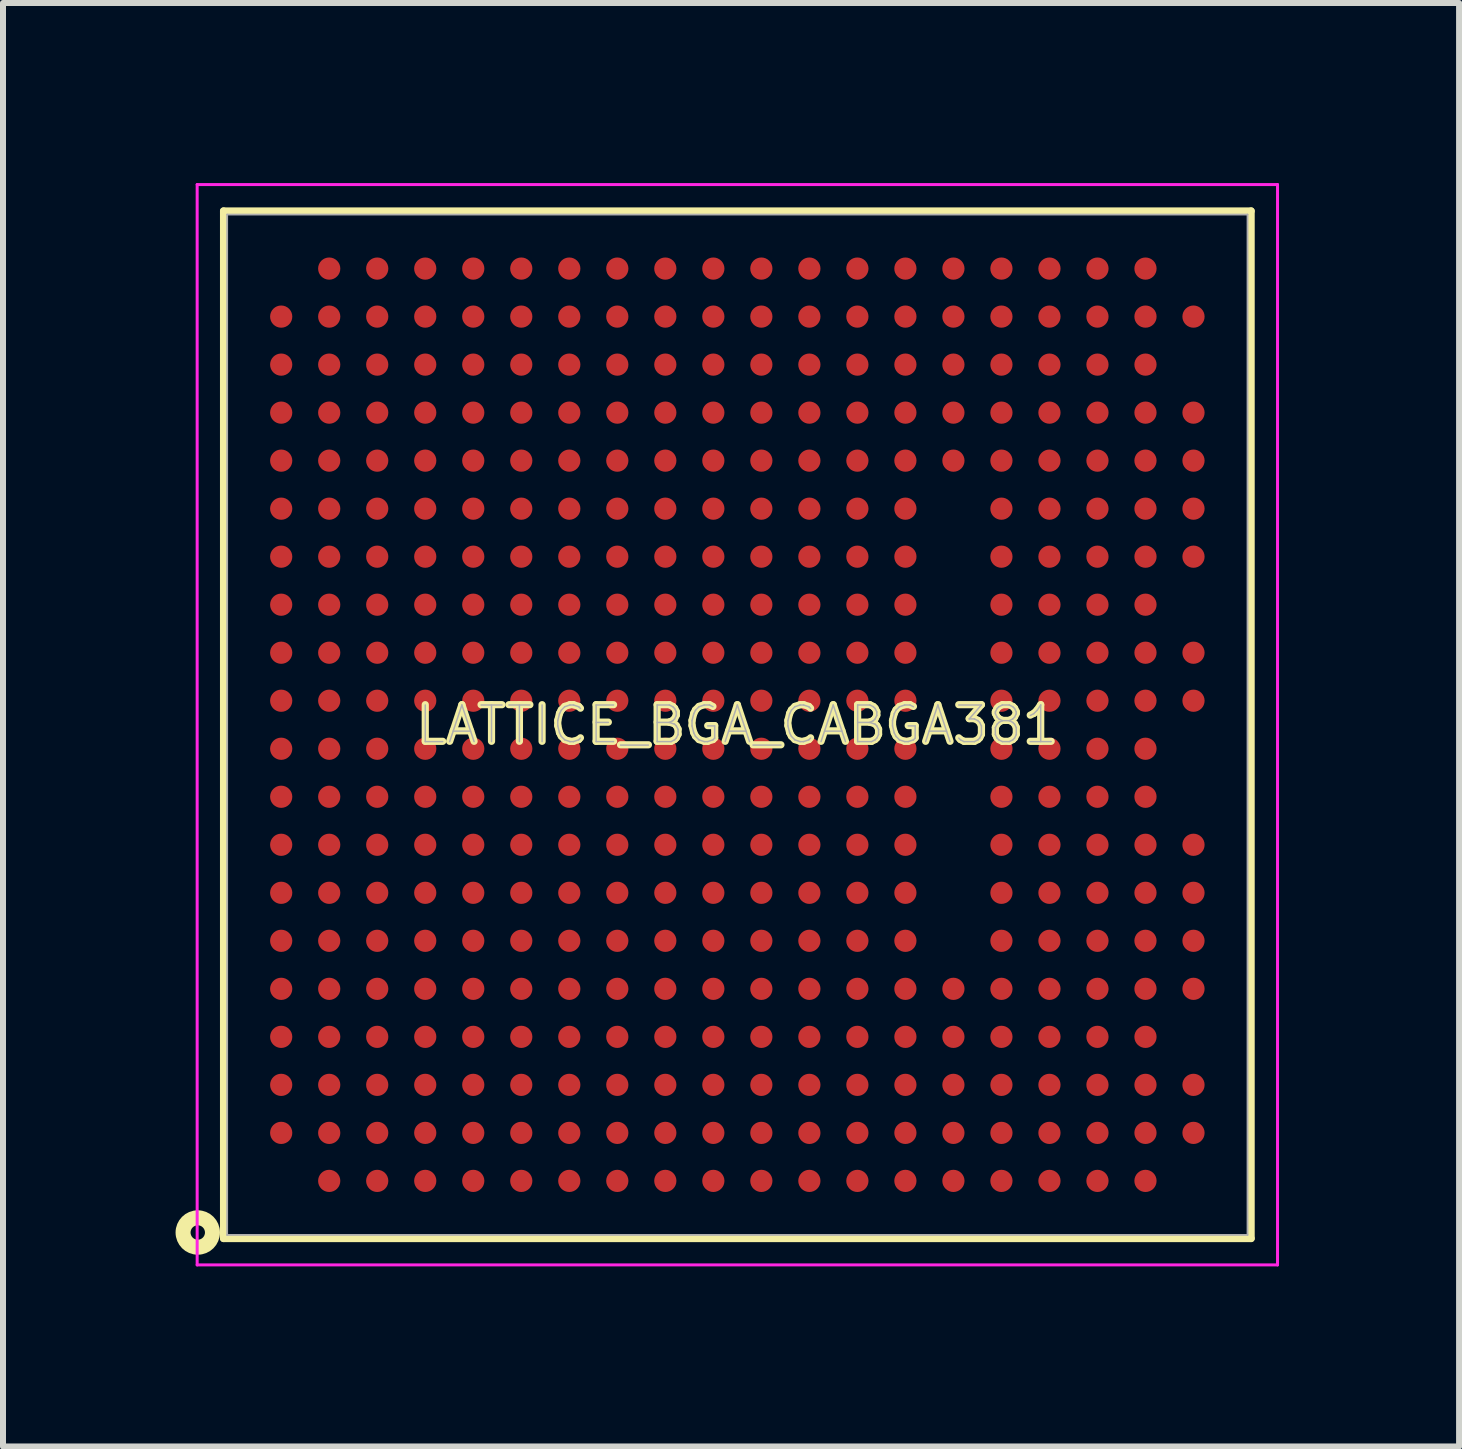
<source format=kicad_pcb>
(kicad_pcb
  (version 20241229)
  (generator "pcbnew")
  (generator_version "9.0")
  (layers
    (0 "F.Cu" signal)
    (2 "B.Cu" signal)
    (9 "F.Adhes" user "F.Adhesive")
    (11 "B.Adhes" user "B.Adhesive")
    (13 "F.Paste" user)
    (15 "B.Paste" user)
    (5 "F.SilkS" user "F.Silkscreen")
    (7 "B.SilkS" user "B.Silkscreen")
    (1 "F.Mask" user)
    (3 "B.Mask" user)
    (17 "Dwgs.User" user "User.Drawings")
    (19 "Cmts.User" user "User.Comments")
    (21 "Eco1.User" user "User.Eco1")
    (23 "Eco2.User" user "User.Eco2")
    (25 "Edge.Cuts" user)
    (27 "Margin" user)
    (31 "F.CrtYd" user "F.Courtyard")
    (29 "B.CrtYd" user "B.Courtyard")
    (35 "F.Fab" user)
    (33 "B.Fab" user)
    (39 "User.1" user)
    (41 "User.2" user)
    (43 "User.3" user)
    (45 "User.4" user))
  (footprint "LATTICE_BGA_CABGA381"
    (layer "F.Cu")
    (at 9.235 9.025)
    (property "Reference" "LATTICE_BGA_CABGA381" (at 0 0 0) (layer "F.SilkS") (effects (font (size 0.61 0.61) (thickness 0.12))))
    (attr smd)
    (fp_line (start -8.56 -8.56) (end -8.56 8.56) (stroke (width 0.12) (type solid)) (layer "F.SilkS"))
    (fp_line (start -8.56 8.56) (end 8.56 8.56) (stroke (width 0.12) (type solid)) (layer "F.SilkS"))
    (fp_line (start 8.56 -8.56) (end -8.56 -8.56) (stroke (width 0.12) (type solid)) (layer "F.SilkS"))
    (fp_line (start 8.56 8.56) (end 8.56 -8.56) (stroke (width 0.12) (type solid)) (layer "F.SilkS"))
    (fp_circle (center -8.99 8.46) (end -8.87 8.46) (stroke (width 0.25) (type solid)) (fill no) (layer "F.SilkS"))
    (fp_line (start -9 -9) (end 9 -9) (stroke (width 0.05) (type solid)) (layer "F.CrtYd"))
    (fp_line (start -9 9) (end -9 -9) (stroke (width 0.05) (type solid)) (layer "F.CrtYd"))
    (fp_line (start 9 -9) (end 9 9) (stroke (width 0.05) (type solid)) (layer "F.CrtYd"))
    (fp_line (start 9 9) (end -9 9) (stroke (width 0.05) (type solid)) (layer "F.CrtYd"))
    (fp_line (start -8.5 -8.5) (end 8.5 -8.5) (stroke (width 0.03) (type solid)) (layer "F.Fab"))
    (fp_line (start -8.5 8.5) (end -8.5 -8.5) (stroke (width 0.03) (type solid)) (layer "F.Fab"))
    (fp_line (start 8.5 -8.5) (end 8.5 8.5) (stroke (width 0.03) (type solid)) (layer "F.Fab"))
    (fp_line (start 8.5 8.5) (end -8.5 8.5) (stroke (width 0.03) (type solid)) (layer "F.Fab"))
    (fp_text user "${REFERENCE}" (at 0 0 0) (layer "F.Fab") (effects (font (size 0.61 0.61) (thickness 0.025))))
    (pad "A2" smd circle (at -7.6 6.8) (size 0.37 0.37) (layers "F.Cu" "F.Mask" "F.Paste"))
    (pad "A3" smd circle (at -7.6 6) (size 0.37 0.37) (layers "F.Cu" "F.Mask" "F.Paste"))
    (pad "A4" smd circle (at -7.6 5.2) (size 0.37 0.37) (layers "F.Cu" "F.Mask" "F.Paste"))
    (pad "A5" smd circle (at -7.6 4.4) (size 0.37 0.37) (layers "F.Cu" "F.Mask" "F.Paste"))
    (pad "A6" smd circle (at -7.6 3.6) (size 0.37 0.37) (layers "F.Cu" "F.Mask" "F.Paste"))
    (pad "A7" smd circle (at -7.6 2.8) (size 0.37 0.37) (layers "F.Cu" "F.Mask" "F.Paste"))
    (pad "A8" smd circle (at -7.6 2) (size 0.37 0.37) (layers "F.Cu" "F.Mask" "F.Paste"))
    (pad "A9" smd circle (at -7.6 1.2) (size 0.37 0.37) (layers "F.Cu" "F.Mask" "F.Paste"))
    (pad "A10" smd circle (at -7.6 0.4) (size 0.37 0.37) (layers "F.Cu" "F.Mask" "F.Paste"))
    (pad "A11" smd circle (at -7.6 -0.4) (size 0.37 0.37) (layers "F.Cu" "F.Mask" "F.Paste"))
    (pad "A12" smd circle (at -7.6 -1.2) (size 0.37 0.37) (layers "F.Cu" "F.Mask" "F.Paste"))
    (pad "A13" smd circle (at -7.6 -2) (size 0.37 0.37) (layers "F.Cu" "F.Mask" "F.Paste"))
    (pad "A14" smd circle (at -7.6 -2.8) (size 0.37 0.37) (layers "F.Cu" "F.Mask" "F.Paste"))
    (pad "A15" smd circle (at -7.6 -3.6) (size 0.37 0.37) (layers "F.Cu" "F.Mask" "F.Paste"))
    (pad "A16" smd circle (at -7.6 -4.4) (size 0.37 0.37) (layers "F.Cu" "F.Mask" "F.Paste"))
    (pad "A17" smd circle (at -7.6 -5.2) (size 0.37 0.37) (layers "F.Cu" "F.Mask" "F.Paste"))
    (pad "A18" smd circle (at -7.6 -6) (size 0.37 0.37) (layers "F.Cu" "F.Mask" "F.Paste"))
    (pad "A19" smd circle (at -7.6 -6.8) (size 0.37 0.37) (layers "F.Cu" "F.Mask" "F.Paste"))
    (pad "B1" smd circle (at -6.8 7.6) (size 0.37 0.37) (layers "F.Cu" "F.Mask" "F.Paste"))
    (pad "B2" smd circle (at -6.8 6.8) (size 0.37 0.37) (layers "F.Cu" "F.Mask" "F.Paste"))
    (pad "B3" smd circle (at -6.8 6) (size 0.37 0.37) (layers "F.Cu" "F.Mask" "F.Paste"))
    (pad "B4" smd circle (at -6.8 5.2) (size 0.37 0.37) (layers "F.Cu" "F.Mask" "F.Paste"))
    (pad "B5" smd circle (at -6.8 4.4) (size 0.37 0.37) (layers "F.Cu" "F.Mask" "F.Paste"))
    (pad "B6" smd circle (at -6.8 3.6) (size 0.37 0.37) (layers "F.Cu" "F.Mask" "F.Paste"))
    (pad "B7" smd circle (at -6.8 2.8) (size 0.37 0.37) (layers "F.Cu" "F.Mask" "F.Paste"))
    (pad "B8" smd circle (at -6.8 2) (size 0.37 0.37) (layers "F.Cu" "F.Mask" "F.Paste"))
    (pad "B9" smd circle (at -6.8 1.2) (size 0.37 0.37) (layers "F.Cu" "F.Mask" "F.Paste"))
    (pad "B10" smd circle (at -6.8 0.4) (size 0.37 0.37) (layers "F.Cu" "F.Mask" "F.Paste"))
    (pad "B11" smd circle (at -6.8 -0.4) (size 0.37 0.37) (layers "F.Cu" "F.Mask" "F.Paste"))
    (pad "B12" smd circle (at -6.8 -1.2) (size 0.37 0.37) (layers "F.Cu" "F.Mask" "F.Paste"))
    (pad "B13" smd circle (at -6.8 -2) (size 0.37 0.37) (layers "F.Cu" "F.Mask" "F.Paste"))
    (pad "B14" smd circle (at -6.8 -2.8) (size 0.37 0.37) (layers "F.Cu" "F.Mask" "F.Paste"))
    (pad "B15" smd circle (at -6.8 -3.6) (size 0.37 0.37) (layers "F.Cu" "F.Mask" "F.Paste"))
    (pad "B16" smd circle (at -6.8 -4.4) (size 0.37 0.37) (layers "F.Cu" "F.Mask" "F.Paste"))
    (pad "B17" smd circle (at -6.8 -5.2) (size 0.37 0.37) (layers "F.Cu" "F.Mask" "F.Paste"))
    (pad "B18" smd circle (at -6.8 -6) (size 0.37 0.37) (layers "F.Cu" "F.Mask" "F.Paste"))
    (pad "B19" smd circle (at -6.8 -6.8) (size 0.37 0.37) (layers "F.Cu" "F.Mask" "F.Paste"))
    (pad "B20" smd circle (at -6.8 -7.6) (size 0.37 0.37) (layers "F.Cu" "F.Mask" "F.Paste"))
    (pad "C1" smd circle (at -6 7.6) (size 0.37 0.37) (layers "F.Cu" "F.Mask" "F.Paste"))
    (pad "C2" smd circle (at -6 6.8) (size 0.37 0.37) (layers "F.Cu" "F.Mask" "F.Paste"))
    (pad "C3" smd circle (at -6 6) (size 0.37 0.37) (layers "F.Cu" "F.Mask" "F.Paste"))
    (pad "C4" smd circle (at -6 5.2) (size 0.37 0.37) (layers "F.Cu" "F.Mask" "F.Paste"))
    (pad "C5" smd circle (at -6 4.4) (size 0.37 0.37) (layers "F.Cu" "F.Mask" "F.Paste"))
    (pad "C6" smd circle (at -6 3.6) (size 0.37 0.37) (layers "F.Cu" "F.Mask" "F.Paste"))
    (pad "C7" smd circle (at -6 2.8) (size 0.37 0.37) (layers "F.Cu" "F.Mask" "F.Paste"))
    (pad "C8" smd circle (at -6 2) (size 0.37 0.37) (layers "F.Cu" "F.Mask" "F.Paste"))
    (pad "C9" smd circle (at -6 1.2) (size 0.37 0.37) (layers "F.Cu" "F.Mask" "F.Paste"))
    (pad "C10" smd circle (at -6 0.4) (size 0.37 0.37) (layers "F.Cu" "F.Mask" "F.Paste"))
    (pad "C11" smd circle (at -6 -0.4) (size 0.37 0.37) (layers "F.Cu" "F.Mask" "F.Paste"))
    (pad "C12" smd circle (at -6 -1.2) (size 0.37 0.37) (layers "F.Cu" "F.Mask" "F.Paste"))
    (pad "C13" smd circle (at -6 -2) (size 0.37 0.37) (layers "F.Cu" "F.Mask" "F.Paste"))
    (pad "C14" smd circle (at -6 -2.8) (size 0.37 0.37) (layers "F.Cu" "F.Mask" "F.Paste"))
    (pad "C15" smd circle (at -6 -3.6) (size 0.37 0.37) (layers "F.Cu" "F.Mask" "F.Paste"))
    (pad "C16" smd circle (at -6 -4.4) (size 0.37 0.37) (layers "F.Cu" "F.Mask" "F.Paste"))
    (pad "C17" smd circle (at -6 -5.2) (size 0.37 0.37) (layers "F.Cu" "F.Mask" "F.Paste"))
    (pad "C18" smd circle (at -6 -6) (size 0.37 0.37) (layers "F.Cu" "F.Mask" "F.Paste"))
    (pad "C19" smd circle (at -6 -6.8) (size 0.37 0.37) (layers "F.Cu" "F.Mask" "F.Paste"))
    (pad "C20" smd circle (at -6 -7.6) (size 0.37 0.37) (layers "F.Cu" "F.Mask" "F.Paste"))
    (pad "D1" smd circle (at -5.2 7.6) (size 0.37 0.37) (layers "F.Cu" "F.Mask" "F.Paste"))
    (pad "D2" smd circle (at -5.2 6.8) (size 0.37 0.37) (layers "F.Cu" "F.Mask" "F.Paste"))
    (pad "D3" smd circle (at -5.2 6) (size 0.37 0.37) (layers "F.Cu" "F.Mask" "F.Paste"))
    (pad "D4" smd circle (at -5.2 5.2) (size 0.37 0.37) (layers "F.Cu" "F.Mask" "F.Paste"))
    (pad "D5" smd circle (at -5.2 4.4) (size 0.37 0.37) (layers "F.Cu" "F.Mask" "F.Paste"))
    (pad "D6" smd circle (at -5.2 3.6) (size 0.37 0.37) (layers "F.Cu" "F.Mask" "F.Paste"))
    (pad "D7" smd circle (at -5.2 2.8) (size 0.37 0.37) (layers "F.Cu" "F.Mask" "F.Paste"))
    (pad "D8" smd circle (at -5.2 2) (size 0.37 0.37) (layers "F.Cu" "F.Mask" "F.Paste"))
    (pad "D9" smd circle (at -5.2 1.2) (size 0.37 0.37) (layers "F.Cu" "F.Mask" "F.Paste"))
    (pad "D10" smd circle (at -5.2 0.4) (size 0.37 0.37) (layers "F.Cu" "F.Mask" "F.Paste"))
    (pad "D11" smd circle (at -5.2 -0.4) (size 0.37 0.37) (layers "F.Cu" "F.Mask" "F.Paste"))
    (pad "D12" smd circle (at -5.2 -1.2) (size 0.37 0.37) (layers "F.Cu" "F.Mask" "F.Paste"))
    (pad "D13" smd circle (at -5.2 -2) (size 0.37 0.37) (layers "F.Cu" "F.Mask" "F.Paste"))
    (pad "D14" smd circle (at -5.2 -2.8) (size 0.37 0.37) (layers "F.Cu" "F.Mask" "F.Paste"))
    (pad "D15" smd circle (at -5.2 -3.6) (size 0.37 0.37) (layers "F.Cu" "F.Mask" "F.Paste"))
    (pad "D16" smd circle (at -5.2 -4.4) (size 0.37 0.37) (layers "F.Cu" "F.Mask" "F.Paste"))
    (pad "D17" smd circle (at -5.2 -5.2) (size 0.37 0.37) (layers "F.Cu" "F.Mask" "F.Paste"))
    (pad "D18" smd circle (at -5.2 -6) (size 0.37 0.37) (layers "F.Cu" "F.Mask" "F.Paste"))
    (pad "D19" smd circle (at -5.2 -6.8) (size 0.37 0.37) (layers "F.Cu" "F.Mask" "F.Paste"))
    (pad "D20" smd circle (at -5.2 -7.6) (size 0.37 0.37) (layers "F.Cu" "F.Mask" "F.Paste"))
    (pad "E1" smd circle (at -4.4 7.6) (size 0.37 0.37) (layers "F.Cu" "F.Mask" "F.Paste"))
    (pad "E2" smd circle (at -4.4 6.8) (size 0.37 0.37) (layers "F.Cu" "F.Mask" "F.Paste"))
    (pad "E3" smd circle (at -4.4 6) (size 0.37 0.37) (layers "F.Cu" "F.Mask" "F.Paste"))
    (pad "E4" smd circle (at -4.4 5.2) (size 0.37 0.37) (layers "F.Cu" "F.Mask" "F.Paste"))
    (pad "E5" smd circle (at -4.4 4.4) (size 0.37 0.37) (layers "F.Cu" "F.Mask" "F.Paste"))
    (pad "E6" smd circle (at -4.4 3.6) (size 0.37 0.37) (layers "F.Cu" "F.Mask" "F.Paste"))
    (pad "E7" smd circle (at -4.4 2.8) (size 0.37 0.37) (layers "F.Cu" "F.Mask" "F.Paste"))
    (pad "E8" smd circle (at -4.4 2) (size 0.37 0.37) (layers "F.Cu" "F.Mask" "F.Paste"))
    (pad "E9" smd circle (at -4.4 1.2) (size 0.37 0.37) (layers "F.Cu" "F.Mask" "F.Paste"))
    (pad "E10" smd circle (at -4.4 0.4) (size 0.37 0.37) (layers "F.Cu" "F.Mask" "F.Paste"))
    (pad "E11" smd circle (at -4.4 -0.4) (size 0.37 0.37) (layers "F.Cu" "F.Mask" "F.Paste"))
    (pad "E12" smd circle (at -4.4 -1.2) (size 0.37 0.37) (layers "F.Cu" "F.Mask" "F.Paste"))
    (pad "E13" smd circle (at -4.4 -2) (size 0.37 0.37) (layers "F.Cu" "F.Mask" "F.Paste"))
    (pad "E14" smd circle (at -4.4 -2.8) (size 0.37 0.37) (layers "F.Cu" "F.Mask" "F.Paste"))
    (pad "E15" smd circle (at -4.4 -3.6) (size 0.37 0.37) (layers "F.Cu" "F.Mask" "F.Paste"))
    (pad "E16" smd circle (at -4.4 -4.4) (size 0.37 0.37) (layers "F.Cu" "F.Mask" "F.Paste"))
    (pad "E17" smd circle (at -4.4 -5.2) (size 0.37 0.37) (layers "F.Cu" "F.Mask" "F.Paste"))
    (pad "E18" smd circle (at -4.4 -6) (size 0.37 0.37) (layers "F.Cu" "F.Mask" "F.Paste"))
    (pad "E19" smd circle (at -4.4 -6.8) (size 0.37 0.37) (layers "F.Cu" "F.Mask" "F.Paste"))
    (pad "E20" smd circle (at -4.4 -7.6) (size 0.37 0.37) (layers "F.Cu" "F.Mask" "F.Paste"))
    (pad "F1" smd circle (at -3.6 7.6) (size 0.37 0.37) (layers "F.Cu" "F.Mask" "F.Paste"))
    (pad "F2" smd circle (at -3.6 6.8) (size 0.37 0.37) (layers "F.Cu" "F.Mask" "F.Paste"))
    (pad "F3" smd circle (at -3.6 6) (size 0.37 0.37) (layers "F.Cu" "F.Mask" "F.Paste"))
    (pad "F4" smd circle (at -3.6 5.2) (size 0.37 0.37) (layers "F.Cu" "F.Mask" "F.Paste"))
    (pad "F5" smd circle (at -3.6 4.4) (size 0.37 0.37) (layers "F.Cu" "F.Mask" "F.Paste"))
    (pad "F6" smd circle (at -3.6 3.6) (size 0.37 0.37) (layers "F.Cu" "F.Mask" "F.Paste"))
    (pad "F7" smd circle (at -3.6 2.8) (size 0.37 0.37) (layers "F.Cu" "F.Mask" "F.Paste"))
    (pad "F8" smd circle (at -3.6 2) (size 0.37 0.37) (layers "F.Cu" "F.Mask" "F.Paste"))
    (pad "F9" smd circle (at -3.6 1.2) (size 0.37 0.37) (layers "F.Cu" "F.Mask" "F.Paste"))
    (pad "F10" smd circle (at -3.6 0.4) (size 0.37 0.37) (layers "F.Cu" "F.Mask" "F.Paste"))
    (pad "F11" smd circle (at -3.6 -0.4) (size 0.37 0.37) (layers "F.Cu" "F.Mask" "F.Paste"))
    (pad "F12" smd circle (at -3.6 -1.2) (size 0.37 0.37) (layers "F.Cu" "F.Mask" "F.Paste"))
    (pad "F13" smd circle (at -3.6 -2) (size 0.37 0.37) (layers "F.Cu" "F.Mask" "F.Paste"))
    (pad "F14" smd circle (at -3.6 -2.8) (size 0.37 0.37) (layers "F.Cu" "F.Mask" "F.Paste"))
    (pad "F15" smd circle (at -3.6 -3.6) (size 0.37 0.37) (layers "F.Cu" "F.Mask" "F.Paste"))
    (pad "F16" smd circle (at -3.6 -4.4) (size 0.37 0.37) (layers "F.Cu" "F.Mask" "F.Paste"))
    (pad "F17" smd circle (at -3.6 -5.2) (size 0.37 0.37) (layers "F.Cu" "F.Mask" "F.Paste"))
    (pad "F18" smd circle (at -3.6 -6) (size 0.37 0.37) (layers "F.Cu" "F.Mask" "F.Paste"))
    (pad "F19" smd circle (at -3.6 -6.8) (size 0.37 0.37) (layers "F.Cu" "F.Mask" "F.Paste"))
    (pad "F20" smd circle (at -3.6 -7.6) (size 0.37 0.37) (layers "F.Cu" "F.Mask" "F.Paste"))
    (pad "G1" smd circle (at -2.8 7.6) (size 0.37 0.37) (layers "F.Cu" "F.Mask" "F.Paste"))
    (pad "G2" smd circle (at -2.8 6.8) (size 0.37 0.37) (layers "F.Cu" "F.Mask" "F.Paste"))
    (pad "G3" smd circle (at -2.8 6) (size 0.37 0.37) (layers "F.Cu" "F.Mask" "F.Paste"))
    (pad "G4" smd circle (at -2.8 5.2) (size 0.37 0.37) (layers "F.Cu" "F.Mask" "F.Paste"))
    (pad "G5" smd circle (at -2.8 4.4) (size 0.37 0.37) (layers "F.Cu" "F.Mask" "F.Paste"))
    (pad "G6" smd circle (at -2.8 3.6) (size 0.37 0.37) (layers "F.Cu" "F.Mask" "F.Paste"))
    (pad "G7" smd circle (at -2.8 2.8) (size 0.37 0.37) (layers "F.Cu" "F.Mask" "F.Paste"))
    (pad "G8" smd circle (at -2.8 2) (size 0.37 0.37) (layers "F.Cu" "F.Mask" "F.Paste"))
    (pad "G9" smd circle (at -2.8 1.2) (size 0.37 0.37) (layers "F.Cu" "F.Mask" "F.Paste"))
    (pad "G10" smd circle (at -2.8 0.4) (size 0.37 0.37) (layers "F.Cu" "F.Mask" "F.Paste"))
    (pad "G11" smd circle (at -2.8 -0.4) (size 0.37 0.37) (layers "F.Cu" "F.Mask" "F.Paste"))
    (pad "G12" smd circle (at -2.8 -1.2) (size 0.37 0.37) (layers "F.Cu" "F.Mask" "F.Paste"))
    (pad "G13" smd circle (at -2.8 -2) (size 0.37 0.37) (layers "F.Cu" "F.Mask" "F.Paste"))
    (pad "G14" smd circle (at -2.8 -2.8) (size 0.37 0.37) (layers "F.Cu" "F.Mask" "F.Paste"))
    (pad "G15" smd circle (at -2.8 -3.6) (size 0.37 0.37) (layers "F.Cu" "F.Mask" "F.Paste"))
    (pad "G16" smd circle (at -2.8 -4.4) (size 0.37 0.37) (layers "F.Cu" "F.Mask" "F.Paste"))
    (pad "G17" smd circle (at -2.8 -5.2) (size 0.37 0.37) (layers "F.Cu" "F.Mask" "F.Paste"))
    (pad "G18" smd circle (at -2.8 -6) (size 0.37 0.37) (layers "F.Cu" "F.Mask" "F.Paste"))
    (pad "G19" smd circle (at -2.8 -6.8) (size 0.37 0.37) (layers "F.Cu" "F.Mask" "F.Paste"))
    (pad "G20" smd circle (at -2.8 -7.6) (size 0.37 0.37) (layers "F.Cu" "F.Mask" "F.Paste"))
    (pad "H1" smd circle (at -2 7.6) (size 0.37 0.37) (layers "F.Cu" "F.Mask" "F.Paste"))
    (pad "H2" smd circle (at -2 6.8) (size 0.37 0.37) (layers "F.Cu" "F.Mask" "F.Paste"))
    (pad "H3" smd circle (at -2 6) (size 0.37 0.37) (layers "F.Cu" "F.Mask" "F.Paste"))
    (pad "H4" smd circle (at -2 5.2) (size 0.37 0.37) (layers "F.Cu" "F.Mask" "F.Paste"))
    (pad "H5" smd circle (at -2 4.4) (size 0.37 0.37) (layers "F.Cu" "F.Mask" "F.Paste"))
    (pad "H6" smd circle (at -2 3.6) (size 0.37 0.37) (layers "F.Cu" "F.Mask" "F.Paste"))
    (pad "H7" smd circle (at -2 2.8) (size 0.37 0.37) (layers "F.Cu" "F.Mask" "F.Paste"))
    (pad "H8" smd circle (at -2 2) (size 0.37 0.37) (layers "F.Cu" "F.Mask" "F.Paste"))
    (pad "H9" smd circle (at -2 1.2) (size 0.37 0.37) (layers "F.Cu" "F.Mask" "F.Paste"))
    (pad "H10" smd circle (at -2 0.4) (size 0.37 0.37) (layers "F.Cu" "F.Mask" "F.Paste"))
    (pad "H11" smd circle (at -2 -0.4) (size 0.37 0.37) (layers "F.Cu" "F.Mask" "F.Paste"))
    (pad "H12" smd circle (at -2 -1.2) (size 0.37 0.37) (layers "F.Cu" "F.Mask" "F.Paste"))
    (pad "H13" smd circle (at -2 -2) (size 0.37 0.37) (layers "F.Cu" "F.Mask" "F.Paste"))
    (pad "H14" smd circle (at -2 -2.8) (size 0.37 0.37) (layers "F.Cu" "F.Mask" "F.Paste"))
    (pad "H15" smd circle (at -2 -3.6) (size 0.37 0.37) (layers "F.Cu" "F.Mask" "F.Paste"))
    (pad "H16" smd circle (at -2 -4.4) (size 0.37 0.37) (layers "F.Cu" "F.Mask" "F.Paste"))
    (pad "H17" smd circle (at -2 -5.2) (size 0.37 0.37) (layers "F.Cu" "F.Mask" "F.Paste"))
    (pad "H18" smd circle (at -2 -6) (size 0.37 0.37) (layers "F.Cu" "F.Mask" "F.Paste"))
    (pad "H19" smd circle (at -2 -6.8) (size 0.37 0.37) (layers "F.Cu" "F.Mask" "F.Paste"))
    (pad "H20" smd circle (at -2 -7.6) (size 0.37 0.37) (layers "F.Cu" "F.Mask" "F.Paste"))
    (pad "J1" smd circle (at -1.2 7.6) (size 0.37 0.37) (layers "F.Cu" "F.Mask" "F.Paste"))
    (pad "J2" smd circle (at -1.2 6.8) (size 0.37 0.37) (layers "F.Cu" "F.Mask" "F.Paste"))
    (pad "J3" smd circle (at -1.2 6) (size 0.37 0.37) (layers "F.Cu" "F.Mask" "F.Paste"))
    (pad "J4" smd circle (at -1.2 5.2) (size 0.37 0.37) (layers "F.Cu" "F.Mask" "F.Paste"))
    (pad "J5" smd circle (at -1.2 4.4) (size 0.37 0.37) (layers "F.Cu" "F.Mask" "F.Paste"))
    (pad "J6" smd circle (at -1.2 3.6) (size 0.37 0.37) (layers "F.Cu" "F.Mask" "F.Paste"))
    (pad "J7" smd circle (at -1.2 2.8) (size 0.37 0.37) (layers "F.Cu" "F.Mask" "F.Paste"))
    (pad "J8" smd circle (at -1.2 2) (size 0.37 0.37) (layers "F.Cu" "F.Mask" "F.Paste"))
    (pad "J9" smd circle (at -1.2 1.2) (size 0.37 0.37) (layers "F.Cu" "F.Mask" "F.Paste"))
    (pad "J10" smd circle (at -1.2 0.4) (size 0.37 0.37) (layers "F.Cu" "F.Mask" "F.Paste"))
    (pad "J11" smd circle (at -1.2 -0.4) (size 0.37 0.37) (layers "F.Cu" "F.Mask" "F.Paste"))
    (pad "J12" smd circle (at -1.2 -1.2) (size 0.37 0.37) (layers "F.Cu" "F.Mask" "F.Paste"))
    (pad "J13" smd circle (at -1.2 -2) (size 0.37 0.37) (layers "F.Cu" "F.Mask" "F.Paste"))
    (pad "J14" smd circle (at -1.2 -2.8) (size 0.37 0.37) (layers "F.Cu" "F.Mask" "F.Paste"))
    (pad "J15" smd circle (at -1.2 -3.6) (size 0.37 0.37) (layers "F.Cu" "F.Mask" "F.Paste"))
    (pad "J16" smd circle (at -1.2 -4.4) (size 0.37 0.37) (layers "F.Cu" "F.Mask" "F.Paste"))
    (pad "J17" smd circle (at -1.2 -5.2) (size 0.37 0.37) (layers "F.Cu" "F.Mask" "F.Paste"))
    (pad "J18" smd circle (at -1.2 -6) (size 0.37 0.37) (layers "F.Cu" "F.Mask" "F.Paste"))
    (pad "J19" smd circle (at -1.2 -6.8) (size 0.37 0.37) (layers "F.Cu" "F.Mask" "F.Paste"))
    (pad "J20" smd circle (at -1.2 -7.6) (size 0.37 0.37) (layers "F.Cu" "F.Mask" "F.Paste"))
    (pad "K1" smd circle (at -0.4 7.6) (size 0.37 0.37) (layers "F.Cu" "F.Mask" "F.Paste"))
    (pad "K2" smd circle (at -0.4 6.8) (size 0.37 0.37) (layers "F.Cu" "F.Mask" "F.Paste"))
    (pad "K3" smd circle (at -0.4 6) (size 0.37 0.37) (layers "F.Cu" "F.Mask" "F.Paste"))
    (pad "K4" smd circle (at -0.4 5.2) (size 0.37 0.37) (layers "F.Cu" "F.Mask" "F.Paste"))
    (pad "K5" smd circle (at -0.4 4.4) (size 0.37 0.37) (layers "F.Cu" "F.Mask" "F.Paste"))
    (pad "K6" smd circle (at -0.4 3.6) (size 0.37 0.37) (layers "F.Cu" "F.Mask" "F.Paste"))
    (pad "K7" smd circle (at -0.4 2.8) (size 0.37 0.37) (layers "F.Cu" "F.Mask" "F.Paste"))
    (pad "K8" smd circle (at -0.4 2) (size 0.37 0.37) (layers "F.Cu" "F.Mask" "F.Paste"))
    (pad "K9" smd circle (at -0.4 1.2) (size 0.37 0.37) (layers "F.Cu" "F.Mask" "F.Paste"))
    (pad "K10" smd circle (at -0.4 0.4) (size 0.37 0.37) (layers "F.Cu" "F.Mask" "F.Paste"))
    (pad "K11" smd circle (at -0.4 -0.4) (size 0.37 0.37) (layers "F.Cu" "F.Mask" "F.Paste"))
    (pad "K12" smd circle (at -0.4 -1.2) (size 0.37 0.37) (layers "F.Cu" "F.Mask" "F.Paste"))
    (pad "K13" smd circle (at -0.4 -2) (size 0.37 0.37) (layers "F.Cu" "F.Mask" "F.Paste"))
    (pad "K14" smd circle (at -0.4 -2.8) (size 0.37 0.37) (layers "F.Cu" "F.Mask" "F.Paste"))
    (pad "K15" smd circle (at -0.4 -3.6) (size 0.37 0.37) (layers "F.Cu" "F.Mask" "F.Paste"))
    (pad "K16" smd circle (at -0.4 -4.4) (size 0.37 0.37) (layers "F.Cu" "F.Mask" "F.Paste"))
    (pad "K17" smd circle (at -0.4 -5.2) (size 0.37 0.37) (layers "F.Cu" "F.Mask" "F.Paste"))
    (pad "K18" smd circle (at -0.4 -6) (size 0.37 0.37) (layers "F.Cu" "F.Mask" "F.Paste"))
    (pad "K19" smd circle (at -0.4 -6.8) (size 0.37 0.37) (layers "F.Cu" "F.Mask" "F.Paste"))
    (pad "K20" smd circle (at -0.4 -7.6) (size 0.37 0.37) (layers "F.Cu" "F.Mask" "F.Paste"))
    (pad "L1" smd circle (at 0.4 7.6) (size 0.37 0.37) (layers "F.Cu" "F.Mask" "F.Paste"))
    (pad "L2" smd circle (at 0.4 6.8) (size 0.37 0.37) (layers "F.Cu" "F.Mask" "F.Paste"))
    (pad "L3" smd circle (at 0.4 6) (size 0.37 0.37) (layers "F.Cu" "F.Mask" "F.Paste"))
    (pad "L4" smd circle (at 0.4 5.2) (size 0.37 0.37) (layers "F.Cu" "F.Mask" "F.Paste"))
    (pad "L5" smd circle (at 0.4 4.4) (size 0.37 0.37) (layers "F.Cu" "F.Mask" "F.Paste"))
    (pad "L6" smd circle (at 0.4 3.6) (size 0.37 0.37) (layers "F.Cu" "F.Mask" "F.Paste"))
    (pad "L7" smd circle (at 0.4 2.8) (size 0.37 0.37) (layers "F.Cu" "F.Mask" "F.Paste"))
    (pad "L8" smd circle (at 0.4 2) (size 0.37 0.37) (layers "F.Cu" "F.Mask" "F.Paste"))
    (pad "L9" smd circle (at 0.4 1.2) (size 0.37 0.37) (layers "F.Cu" "F.Mask" "F.Paste"))
    (pad "L10" smd circle (at 0.4 0.4) (size 0.37 0.37) (layers "F.Cu" "F.Mask" "F.Paste"))
    (pad "L11" smd circle (at 0.4 -0.4) (size 0.37 0.37) (layers "F.Cu" "F.Mask" "F.Paste"))
    (pad "L12" smd circle (at 0.4 -1.2) (size 0.37 0.37) (layers "F.Cu" "F.Mask" "F.Paste"))
    (pad "L13" smd circle (at 0.4 -2) (size 0.37 0.37) (layers "F.Cu" "F.Mask" "F.Paste"))
    (pad "L14" smd circle (at 0.4 -2.8) (size 0.37 0.37) (layers "F.Cu" "F.Mask" "F.Paste"))
    (pad "L15" smd circle (at 0.4 -3.6) (size 0.37 0.37) (layers "F.Cu" "F.Mask" "F.Paste"))
    (pad "L16" smd circle (at 0.4 -4.4) (size 0.37 0.37) (layers "F.Cu" "F.Mask" "F.Paste"))
    (pad "L17" smd circle (at 0.4 -5.2) (size 0.37 0.37) (layers "F.Cu" "F.Mask" "F.Paste"))
    (pad "L18" smd circle (at 0.4 -6) (size 0.37 0.37) (layers "F.Cu" "F.Mask" "F.Paste"))
    (pad "L19" smd circle (at 0.4 -6.8) (size 0.37 0.37) (layers "F.Cu" "F.Mask" "F.Paste"))
    (pad "L20" smd circle (at 0.4 -7.6) (size 0.37 0.37) (layers "F.Cu" "F.Mask" "F.Paste"))
    (pad "M1" smd circle (at 1.2 7.6) (size 0.37 0.37) (layers "F.Cu" "F.Mask" "F.Paste"))
    (pad "M2" smd circle (at 1.2 6.8) (size 0.37 0.37) (layers "F.Cu" "F.Mask" "F.Paste"))
    (pad "M3" smd circle (at 1.2 6) (size 0.37 0.37) (layers "F.Cu" "F.Mask" "F.Paste"))
    (pad "M4" smd circle (at 1.2 5.2) (size 0.37 0.37) (layers "F.Cu" "F.Mask" "F.Paste"))
    (pad "M5" smd circle (at 1.2 4.4) (size 0.37 0.37) (layers "F.Cu" "F.Mask" "F.Paste"))
    (pad "M6" smd circle (at 1.2 3.6) (size 0.37 0.37) (layers "F.Cu" "F.Mask" "F.Paste"))
    (pad "M7" smd circle (at 1.2 2.8) (size 0.37 0.37) (layers "F.Cu" "F.Mask" "F.Paste"))
    (pad "M8" smd circle (at 1.2 2) (size 0.37 0.37) (layers "F.Cu" "F.Mask" "F.Paste"))
    (pad "M9" smd circle (at 1.2 1.2) (size 0.37 0.37) (layers "F.Cu" "F.Mask" "F.Paste"))
    (pad "M10" smd circle (at 1.2 0.4) (size 0.37 0.37) (layers "F.Cu" "F.Mask" "F.Paste"))
    (pad "M11" smd circle (at 1.2 -0.4) (size 0.37 0.37) (layers "F.Cu" "F.Mask" "F.Paste"))
    (pad "M12" smd circle (at 1.2 -1.2) (size 0.37 0.37) (layers "F.Cu" "F.Mask" "F.Paste"))
    (pad "M13" smd circle (at 1.2 -2) (size 0.37 0.37) (layers "F.Cu" "F.Mask" "F.Paste"))
    (pad "M14" smd circle (at 1.2 -2.8) (size 0.37 0.37) (layers "F.Cu" "F.Mask" "F.Paste"))
    (pad "M15" smd circle (at 1.2 -3.6) (size 0.37 0.37) (layers "F.Cu" "F.Mask" "F.Paste"))
    (pad "M16" smd circle (at 1.2 -4.4) (size 0.37 0.37) (layers "F.Cu" "F.Mask" "F.Paste"))
    (pad "M17" smd circle (at 1.2 -5.2) (size 0.37 0.37) (layers "F.Cu" "F.Mask" "F.Paste"))
    (pad "M18" smd circle (at 1.2 -6) (size 0.37 0.37) (layers "F.Cu" "F.Mask" "F.Paste"))
    (pad "M19" smd circle (at 1.2 -6.8) (size 0.37 0.37) (layers "F.Cu" "F.Mask" "F.Paste"))
    (pad "M20" smd circle (at 1.2 -7.6) (size 0.37 0.37) (layers "F.Cu" "F.Mask" "F.Paste"))
    (pad "N1" smd circle (at 2 7.6) (size 0.37 0.37) (layers "F.Cu" "F.Mask" "F.Paste"))
    (pad "N2" smd circle (at 2 6.8) (size 0.37 0.37) (layers "F.Cu" "F.Mask" "F.Paste"))
    (pad "N3" smd circle (at 2 6) (size 0.37 0.37) (layers "F.Cu" "F.Mask" "F.Paste"))
    (pad "N4" smd circle (at 2 5.2) (size 0.37 0.37) (layers "F.Cu" "F.Mask" "F.Paste"))
    (pad "N5" smd circle (at 2 4.4) (size 0.37 0.37) (layers "F.Cu" "F.Mask" "F.Paste"))
    (pad "N6" smd circle (at 2 3.6) (size 0.37 0.37) (layers "F.Cu" "F.Mask" "F.Paste"))
    (pad "N7" smd circle (at 2 2.8) (size 0.37 0.37) (layers "F.Cu" "F.Mask" "F.Paste"))
    (pad "N8" smd circle (at 2 2) (size 0.37 0.37) (layers "F.Cu" "F.Mask" "F.Paste"))
    (pad "N9" smd circle (at 2 1.2) (size 0.37 0.37) (layers "F.Cu" "F.Mask" "F.Paste"))
    (pad "N10" smd circle (at 2 0.4) (size 0.37 0.37) (layers "F.Cu" "F.Mask" "F.Paste"))
    (pad "N11" smd circle (at 2 -0.4) (size 0.37 0.37) (layers "F.Cu" "F.Mask" "F.Paste"))
    (pad "N12" smd circle (at 2 -1.2) (size 0.37 0.37) (layers "F.Cu" "F.Mask" "F.Paste"))
    (pad "N13" smd circle (at 2 -2) (size 0.37 0.37) (layers "F.Cu" "F.Mask" "F.Paste"))
    (pad "N14" smd circle (at 2 -2.8) (size 0.37 0.37) (layers "F.Cu" "F.Mask" "F.Paste"))
    (pad "N15" smd circle (at 2 -3.6) (size 0.37 0.37) (layers "F.Cu" "F.Mask" "F.Paste"))
    (pad "N16" smd circle (at 2 -4.4) (size 0.37 0.37) (layers "F.Cu" "F.Mask" "F.Paste"))
    (pad "N17" smd circle (at 2 -5.2) (size 0.37 0.37) (layers "F.Cu" "F.Mask" "F.Paste"))
    (pad "N18" smd circle (at 2 -6) (size 0.37 0.37) (layers "F.Cu" "F.Mask" "F.Paste"))
    (pad "N19" smd circle (at 2 -6.8) (size 0.37 0.37) (layers "F.Cu" "F.Mask" "F.Paste"))
    (pad "N20" smd circle (at 2 -7.6) (size 0.37 0.37) (layers "F.Cu" "F.Mask" "F.Paste"))
    (pad "P1" smd circle (at 2.8 7.6) (size 0.37 0.37) (layers "F.Cu" "F.Mask" "F.Paste"))
    (pad "P2" smd circle (at 2.8 6.8) (size 0.37 0.37) (layers "F.Cu" "F.Mask" "F.Paste"))
    (pad "P3" smd circle (at 2.8 6) (size 0.37 0.37) (layers "F.Cu" "F.Mask" "F.Paste"))
    (pad "P4" smd circle (at 2.8 5.2) (size 0.37 0.37) (layers "F.Cu" "F.Mask" "F.Paste"))
    (pad "P5" smd circle (at 2.8 4.4) (size 0.37 0.37) (layers "F.Cu" "F.Mask" "F.Paste"))
    (pad "P6" smd circle (at 2.8 3.6) (size 0.37 0.37) (layers "F.Cu" "F.Mask" "F.Paste"))
    (pad "P7" smd circle (at 2.8 2.8) (size 0.37 0.37) (layers "F.Cu" "F.Mask" "F.Paste"))
    (pad "P8" smd circle (at 2.8 2) (size 0.37 0.37) (layers "F.Cu" "F.Mask" "F.Paste"))
    (pad "P9" smd circle (at 2.8 1.2) (size 0.37 0.37) (layers "F.Cu" "F.Mask" "F.Paste"))
    (pad "P10" smd circle (at 2.8 0.4) (size 0.37 0.37) (layers "F.Cu" "F.Mask" "F.Paste"))
    (pad "P11" smd circle (at 2.8 -0.4) (size 0.37 0.37) (layers "F.Cu" "F.Mask" "F.Paste"))
    (pad "P12" smd circle (at 2.8 -1.2) (size 0.37 0.37) (layers "F.Cu" "F.Mask" "F.Paste"))
    (pad "P13" smd circle (at 2.8 -2) (size 0.37 0.37) (layers "F.Cu" "F.Mask" "F.Paste"))
    (pad "P14" smd circle (at 2.8 -2.8) (size 0.37 0.37) (layers "F.Cu" "F.Mask" "F.Paste"))
    (pad "P15" smd circle (at 2.8 -3.6) (size 0.37 0.37) (layers "F.Cu" "F.Mask" "F.Paste"))
    (pad "P16" smd circle (at 2.8 -4.4) (size 0.37 0.37) (layers "F.Cu" "F.Mask" "F.Paste"))
    (pad "P17" smd circle (at 2.8 -5.2) (size 0.37 0.37) (layers "F.Cu" "F.Mask" "F.Paste"))
    (pad "P18" smd circle (at 2.8 -6) (size 0.37 0.37) (layers "F.Cu" "F.Mask" "F.Paste"))
    (pad "P19" smd circle (at 2.8 -6.8) (size 0.37 0.37) (layers "F.Cu" "F.Mask" "F.Paste"))
    (pad "P20" smd circle (at 2.8 -7.6) (size 0.37 0.37) (layers "F.Cu" "F.Mask" "F.Paste"))
    (pad "R1" smd circle (at 3.6 7.6) (size 0.37 0.37) (layers "F.Cu" "F.Mask" "F.Paste"))
    (pad "R2" smd circle (at 3.6 6.8) (size 0.37 0.37) (layers "F.Cu" "F.Mask" "F.Paste"))
    (pad "R3" smd circle (at 3.6 6) (size 0.37 0.37) (layers "F.Cu" "F.Mask" "F.Paste"))
    (pad "R4" smd circle (at 3.6 5.2) (size 0.37 0.37) (layers "F.Cu" "F.Mask" "F.Paste"))
    (pad "R5" smd circle (at 3.6 4.4) (size 0.37 0.37) (layers "F.Cu" "F.Mask" "F.Paste"))
    (pad "R16" smd circle (at 3.6 -4.4) (size 0.37 0.37) (layers "F.Cu" "F.Mask" "F.Paste"))
    (pad "R17" smd circle (at 3.6 -5.2) (size 0.37 0.37) (layers "F.Cu" "F.Mask" "F.Paste"))
    (pad "R18" smd circle (at 3.6 -6) (size 0.37 0.37) (layers "F.Cu" "F.Mask" "F.Paste"))
    (pad "R19" smd circle (at 3.6 -6.8) (size 0.37 0.37) (layers "F.Cu" "F.Mask" "F.Paste"))
    (pad "R20" smd circle (at 3.6 -7.6) (size 0.37 0.37) (layers "F.Cu" "F.Mask" "F.Paste"))
    (pad "T1" smd circle (at 4.4 7.6) (size 0.37 0.37) (layers "F.Cu" "F.Mask" "F.Paste"))
    (pad "T2" smd circle (at 4.4 6.8) (size 0.37 0.37) (layers "F.Cu" "F.Mask" "F.Paste"))
    (pad "T3" smd circle (at 4.4 6) (size 0.37 0.37) (layers "F.Cu" "F.Mask" "F.Paste"))
    (pad "T4" smd circle (at 4.4 5.2) (size 0.37 0.37) (layers "F.Cu" "F.Mask" "F.Paste"))
    (pad "T5" smd circle (at 4.4 4.4) (size 0.37 0.37) (layers "F.Cu" "F.Mask" "F.Paste"))
    (pad "T6" smd circle (at 4.4 3.6) (size 0.37 0.37) (layers "F.Cu" "F.Mask" "F.Paste"))
    (pad "T7" smd circle (at 4.4 2.8) (size 0.37 0.37) (layers "F.Cu" "F.Mask" "F.Paste"))
    (pad "T8" smd circle (at 4.4 2) (size 0.37 0.37) (layers "F.Cu" "F.Mask" "F.Paste"))
    (pad "T9" smd circle (at 4.4 1.2) (size 0.37 0.37) (layers "F.Cu" "F.Mask" "F.Paste"))
    (pad "T10" smd circle (at 4.4 0.4) (size 0.37 0.37) (layers "F.Cu" "F.Mask" "F.Paste"))
    (pad "T11" smd circle (at 4.4 -0.4) (size 0.37 0.37) (layers "F.Cu" "F.Mask" "F.Paste"))
    (pad "T12" smd circle (at 4.4 -1.2) (size 0.37 0.37) (layers "F.Cu" "F.Mask" "F.Paste"))
    (pad "T13" smd circle (at 4.4 -2) (size 0.37 0.37) (layers "F.Cu" "F.Mask" "F.Paste"))
    (pad "T14" smd circle (at 4.4 -2.8) (size 0.37 0.37) (layers "F.Cu" "F.Mask" "F.Paste"))
    (pad "T15" smd circle (at 4.4 -3.6) (size 0.37 0.37) (layers "F.Cu" "F.Mask" "F.Paste"))
    (pad "T16" smd circle (at 4.4 -4.4) (size 0.37 0.37) (layers "F.Cu" "F.Mask" "F.Paste"))
    (pad "T17" smd circle (at 4.4 -5.2) (size 0.37 0.37) (layers "F.Cu" "F.Mask" "F.Paste"))
    (pad "T18" smd circle (at 4.4 -6) (size 0.37 0.37) (layers "F.Cu" "F.Mask" "F.Paste"))
    (pad "T19" smd circle (at 4.4 -6.8) (size 0.37 0.37) (layers "F.Cu" "F.Mask" "F.Paste"))
    (pad "T20" smd circle (at 4.4 -7.6) (size 0.37 0.37) (layers "F.Cu" "F.Mask" "F.Paste"))
    (pad "U1" smd circle (at 5.2 7.6) (size 0.37 0.37) (layers "F.Cu" "F.Mask" "F.Paste"))
    (pad "U2" smd circle (at 5.2 6.8) (size 0.37 0.37) (layers "F.Cu" "F.Mask" "F.Paste"))
    (pad "U3" smd circle (at 5.2 6) (size 0.37 0.37) (layers "F.Cu" "F.Mask" "F.Paste"))
    (pad "U4" smd circle (at 5.2 5.2) (size 0.37 0.37) (layers "F.Cu" "F.Mask" "F.Paste"))
    (pad "U5" smd circle (at 5.2 4.4) (size 0.37 0.37) (layers "F.Cu" "F.Mask" "F.Paste"))
    (pad "U6" smd circle (at 5.2 3.6) (size 0.37 0.37) (layers "F.Cu" "F.Mask" "F.Paste"))
    (pad "U7" smd circle (at 5.2 2.8) (size 0.37 0.37) (layers "F.Cu" "F.Mask" "F.Paste"))
    (pad "U8" smd circle (at 5.2 2) (size 0.37 0.37) (layers "F.Cu" "F.Mask" "F.Paste"))
    (pad "U9" smd circle (at 5.2 1.2) (size 0.37 0.37) (layers "F.Cu" "F.Mask" "F.Paste"))
    (pad "U10" smd circle (at 5.2 0.4) (size 0.37 0.37) (layers "F.Cu" "F.Mask" "F.Paste"))
    (pad "U11" smd circle (at 5.2 -0.4) (size 0.37 0.37) (layers "F.Cu" "F.Mask" "F.Paste"))
    (pad "U12" smd circle (at 5.2 -1.2) (size 0.37 0.37) (layers "F.Cu" "F.Mask" "F.Paste"))
    (pad "U13" smd circle (at 5.2 -2) (size 0.37 0.37) (layers "F.Cu" "F.Mask" "F.Paste"))
    (pad "U14" smd circle (at 5.2 -2.8) (size 0.37 0.37) (layers "F.Cu" "F.Mask" "F.Paste"))
    (pad "U15" smd circle (at 5.2 -3.6) (size 0.37 0.37) (layers "F.Cu" "F.Mask" "F.Paste"))
    (pad "U16" smd circle (at 5.2 -4.4) (size 0.37 0.37) (layers "F.Cu" "F.Mask" "F.Paste"))
    (pad "U17" smd circle (at 5.2 -5.2) (size 0.37 0.37) (layers "F.Cu" "F.Mask" "F.Paste"))
    (pad "U18" smd circle (at 5.2 -6) (size 0.37 0.37) (layers "F.Cu" "F.Mask" "F.Paste"))
    (pad "U19" smd circle (at 5.2 -6.8) (size 0.37 0.37) (layers "F.Cu" "F.Mask" "F.Paste"))
    (pad "U20" smd circle (at 5.2 -7.6) (size 0.37 0.37) (layers "F.Cu" "F.Mask" "F.Paste"))
    (pad "V1" smd circle (at 6 7.6) (size 0.37 0.37) (layers "F.Cu" "F.Mask" "F.Paste"))
    (pad "V2" smd circle (at 6 6.8) (size 0.37 0.37) (layers "F.Cu" "F.Mask" "F.Paste"))
    (pad "V3" smd circle (at 6 6) (size 0.37 0.37) (layers "F.Cu" "F.Mask" "F.Paste"))
    (pad "V4" smd circle (at 6 5.2) (size 0.37 0.37) (layers "F.Cu" "F.Mask" "F.Paste"))
    (pad "V5" smd circle (at 6 4.4) (size 0.37 0.37) (layers "F.Cu" "F.Mask" "F.Paste"))
    (pad "V6" smd circle (at 6 3.6) (size 0.37 0.37) (layers "F.Cu" "F.Mask" "F.Paste"))
    (pad "V7" smd circle (at 6 2.8) (size 0.37 0.37) (layers "F.Cu" "F.Mask" "F.Paste"))
    (pad "V8" smd circle (at 6 2) (size 0.37 0.37) (layers "F.Cu" "F.Mask" "F.Paste"))
    (pad "V9" smd circle (at 6 1.2) (size 0.37 0.37) (layers "F.Cu" "F.Mask" "F.Paste"))
    (pad "V10" smd circle (at 6 0.4) (size 0.37 0.37) (layers "F.Cu" "F.Mask" "F.Paste"))
    (pad "V11" smd circle (at 6 -0.4) (size 0.37 0.37) (layers "F.Cu" "F.Mask" "F.Paste"))
    (pad "V12" smd circle (at 6 -1.2) (size 0.37 0.37) (layers "F.Cu" "F.Mask" "F.Paste"))
    (pad "V13" smd circle (at 6 -2) (size 0.37 0.37) (layers "F.Cu" "F.Mask" "F.Paste"))
    (pad "V14" smd circle (at 6 -2.8) (size 0.37 0.37) (layers "F.Cu" "F.Mask" "F.Paste"))
    (pad "V15" smd circle (at 6 -3.6) (size 0.37 0.37) (layers "F.Cu" "F.Mask" "F.Paste"))
    (pad "V16" smd circle (at 6 -4.4) (size 0.37 0.37) (layers "F.Cu" "F.Mask" "F.Paste"))
    (pad "V17" smd circle (at 6 -5.2) (size 0.37 0.37) (layers "F.Cu" "F.Mask" "F.Paste"))
    (pad "V18" smd circle (at 6 -6) (size 0.37 0.37) (layers "F.Cu" "F.Mask" "F.Paste"))
    (pad "V19" smd circle (at 6 -6.8) (size 0.37 0.37) (layers "F.Cu" "F.Mask" "F.Paste"))
    (pad "V20" smd circle (at 6 -7.6) (size 0.37 0.37) (layers "F.Cu" "F.Mask" "F.Paste"))
    (pad "W1" smd circle (at 6.8 7.6) (size 0.37 0.37) (layers "F.Cu" "F.Mask" "F.Paste"))
    (pad "W2" smd circle (at 6.8 6.8) (size 0.37 0.37) (layers "F.Cu" "F.Mask" "F.Paste"))
    (pad "W3" smd circle (at 6.8 6) (size 0.37 0.37) (layers "F.Cu" "F.Mask" "F.Paste"))
    (pad "W4" smd circle (at 6.8 5.2) (size 0.37 0.37) (layers "F.Cu" "F.Mask" "F.Paste"))
    (pad "W5" smd circle (at 6.8 4.4) (size 0.37 0.37) (layers "F.Cu" "F.Mask" "F.Paste"))
    (pad "W6" smd circle (at 6.8 3.6) (size 0.37 0.37) (layers "F.Cu" "F.Mask" "F.Paste"))
    (pad "W7" smd circle (at 6.8 2.8) (size 0.37 0.37) (layers "F.Cu" "F.Mask" "F.Paste"))
    (pad "W8" smd circle (at 6.8 2) (size 0.37 0.37) (layers "F.Cu" "F.Mask" "F.Paste"))
    (pad "W9" smd circle (at 6.8 1.2) (size 0.37 0.37) (layers "F.Cu" "F.Mask" "F.Paste"))
    (pad "W10" smd circle (at 6.8 0.4) (size 0.37 0.37) (layers "F.Cu" "F.Mask" "F.Paste"))
    (pad "W11" smd circle (at 6.8 -0.4) (size 0.37 0.37) (layers "F.Cu" "F.Mask" "F.Paste"))
    (pad "W12" smd circle (at 6.8 -1.2) (size 0.37 0.37) (layers "F.Cu" "F.Mask" "F.Paste"))
    (pad "W13" smd circle (at 6.8 -2) (size 0.37 0.37) (layers "F.Cu" "F.Mask" "F.Paste"))
    (pad "W14" smd circle (at 6.8 -2.8) (size 0.37 0.37) (layers "F.Cu" "F.Mask" "F.Paste"))
    (pad "W15" smd circle (at 6.8 -3.6) (size 0.37 0.37) (layers "F.Cu" "F.Mask" "F.Paste"))
    (pad "W16" smd circle (at 6.8 -4.4) (size 0.37 0.37) (layers "F.Cu" "F.Mask" "F.Paste"))
    (pad "W17" smd circle (at 6.8 -5.2) (size 0.37 0.37) (layers "F.Cu" "F.Mask" "F.Paste"))
    (pad "W18" smd circle (at 6.8 -6) (size 0.37 0.37) (layers "F.Cu" "F.Mask" "F.Paste"))
    (pad "W19" smd circle (at 6.8 -6.8) (size 0.37 0.37) (layers "F.Cu" "F.Mask" "F.Paste"))
    (pad "W20" smd circle (at 6.8 -7.6) (size 0.37 0.37) (layers "F.Cu" "F.Mask" "F.Paste"))
    (pad "Y2" smd circle (at 7.6 6.8) (size 0.37 0.37) (layers "F.Cu" "F.Mask" "F.Paste"))
    (pad "Y3" smd circle (at 7.6 6) (size 0.37 0.37) (layers "F.Cu" "F.Mask" "F.Paste"))
    (pad "Y5" smd circle (at 7.6 4.4) (size 0.37 0.37) (layers "F.Cu" "F.Mask" "F.Paste"))
    (pad "Y6" smd circle (at 7.6 3.6) (size 0.37 0.37) (layers "F.Cu" "F.Mask" "F.Paste"))
    (pad "Y7" smd circle (at 7.6 2.8) (size 0.37 0.37) (layers "F.Cu" "F.Mask" "F.Paste"))
    (pad "Y8" smd circle (at 7.6 2) (size 0.37 0.37) (layers "F.Cu" "F.Mask" "F.Paste"))
    (pad "Y11" smd circle (at 7.6 -0.4) (size 0.37 0.37) (layers "F.Cu" "F.Mask" "F.Paste"))
    (pad "Y12" smd circle (at 7.6 -1.2) (size 0.37 0.37) (layers "F.Cu" "F.Mask" "F.Paste"))
    (pad "Y14" smd circle (at 7.6 -2.8) (size 0.37 0.37) (layers "F.Cu" "F.Mask" "F.Paste"))
    (pad "Y15" smd circle (at 7.6 -3.6) (size 0.37 0.37) (layers "F.Cu" "F.Mask" "F.Paste"))
    (pad "Y16" smd circle (at 7.6 -4.4) (size 0.37 0.37) (layers "F.Cu" "F.Mask" "F.Paste"))
    (pad "Y17" smd circle (at 7.6 -5.2) (size 0.37 0.37) (layers "F.Cu" "F.Mask" "F.Paste"))
    (pad "Y19" smd circle (at 7.6 -6.8) (size 0.37 0.37) (layers "F.Cu" "F.Mask" "F.Paste")))
  (gr_rect
    (start -3 -3)
    (end 21.26 21.05)
    (stroke (width 0.1) (type default))
    (fill no)
    (layer "Edge.Cuts")))
</source>
